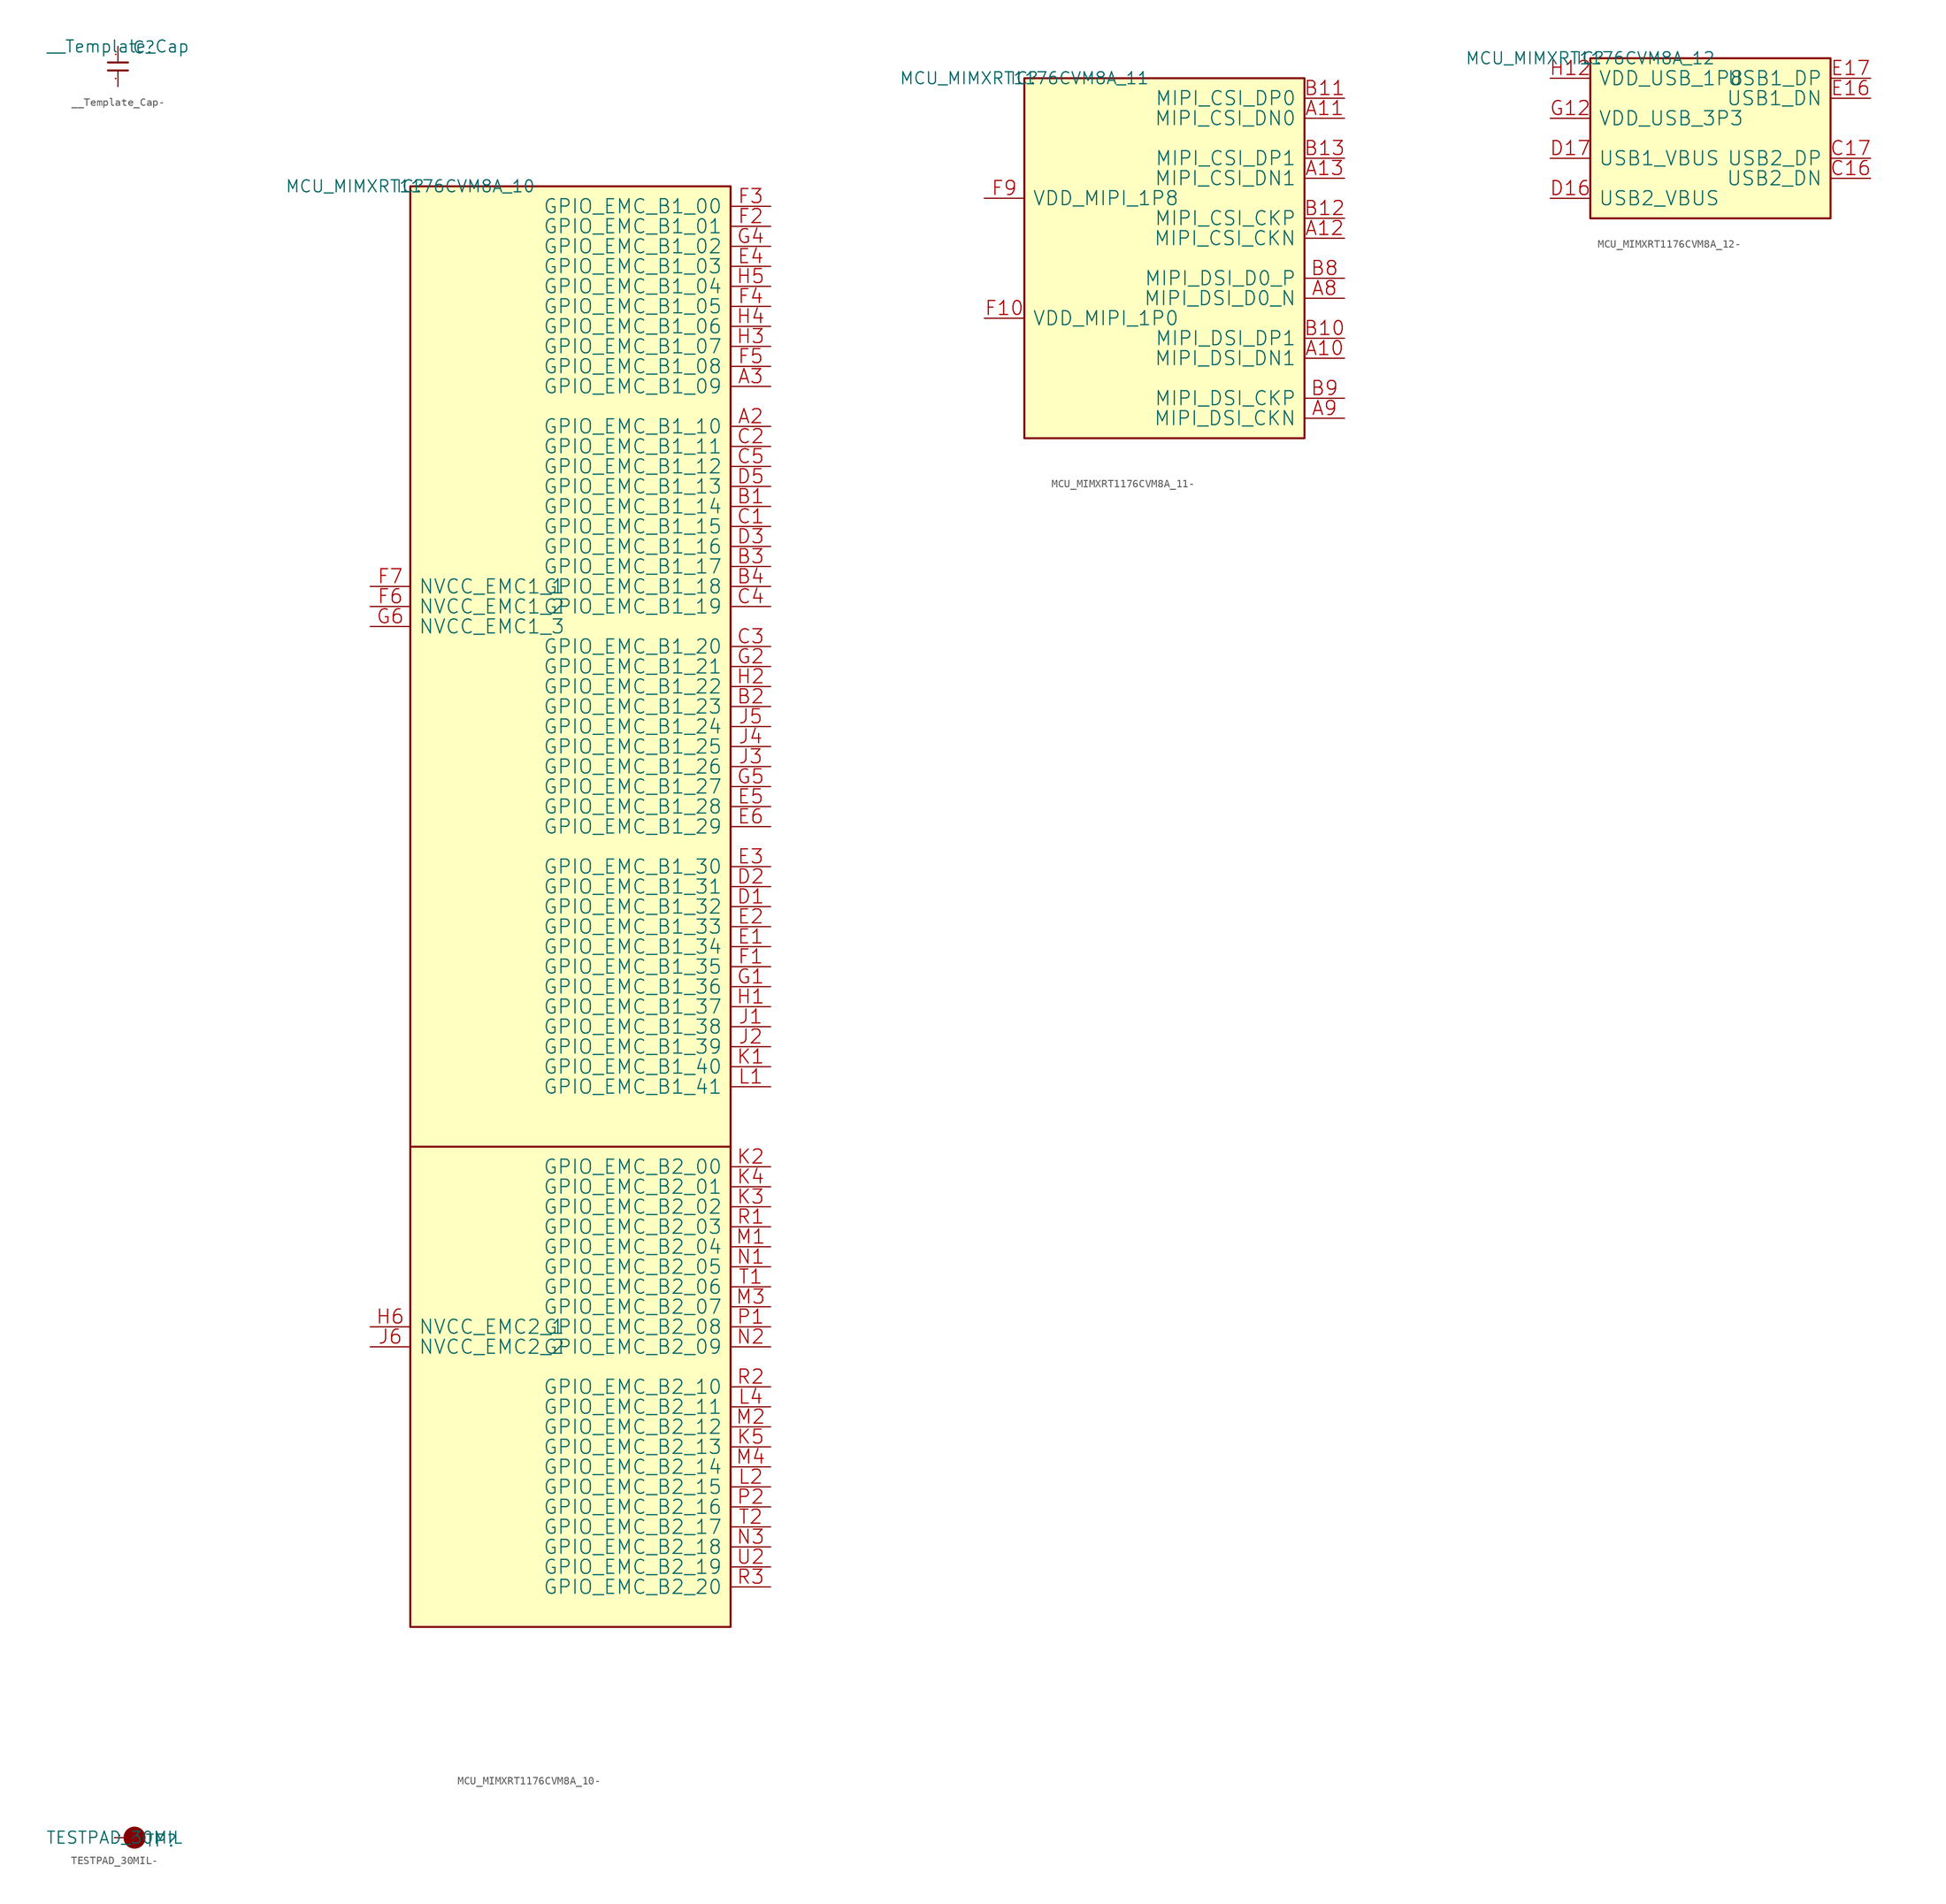
<source format=kicad_sym>
(kicad_symbol_lib
  (version 20220914)
  (generator kicad_symbol_editor)
  (symbol "__Template_Cap-"
    (pin_names
      (offset 1.016))
    (property "Reference" "C"
      (at 1.778 -1.016 0)
      (effects (font (size 1.524 1.524)) (justify left bottom)))
    (property "Value" "__Template_Cap"
      (at 0 0 0)
      (effects (font (size 1.524 1.524))))
    (property "Footprint" ""
      (at 0 0 0)
      (effects (font (size 1.524 1.524))))
    (property "Datasheet" ""
      (at 0 0 0)
      (effects (font (size 1.524 1.524))))
    (symbol "__Template_Cap-_0_1"
      (polyline (pts (xy 1.27 -3.048) (xy -1.27 -3.048)) (stroke (width 0.254) (type solid)) (fill (type none)))
      (polyline (pts (xy 1.27 -2.032) (xy -1.27 -2.032)) (stroke (width 0.254) (type solid)) (fill (type none)))
      (pin passive line (at 0 0 270) (length 2.032) (name "P" (effects (font (size 0.025 0.025)))) (number "1" (effects (font (size 0.025 0.025)))))
      (pin passive line (at 0 -5.08 90) (length 2.032) (name "P" (effects (font (size 0.025 0.025)))) (number "2" (effects (font (size 0.025 0.025)))))))
  (symbol "MCU_MIMXRT1176CVM8A_10-"
    (pin_names
      (offset 1.016))
    (property "Reference" "IC"
      (at 0 0 0)
      (effects (font (size 1.524 1.524))))
    (property "Value" "MCU_MIMXRT1176CVM8A_10"
      (at 0 0 0)
      (effects (font (size 1.524 1.524))))
    (property "Footprint" ""
      (at 0 0 0)
      (effects (font (size 1.524 1.524))))
    (property "Datasheet" ""
      (at 0 0 0)
      (effects (font (size 1.524 1.524))))
    (symbol "MCU_MIMXRT1176CVM8A_10-_0_1"
      (rectangle (start 0 -182.88) (end 40.64 0) (stroke (width 0.254) (type solid)) (fill (type background)))
      (polyline (pts (xy 40.64 -121.92) (xy 0 -121.92)) (stroke (width 0.254) (type solid)) (fill (type none)))
      (pin bidirectional line (at 45.72 -30.48 180) (length 5.08) (name "GPIO_EMC_B1_10" (effects (font (size 1.778 1.778)))) (number "A2" (effects (font (size 1.778 1.778)))))
      (pin bidirectional line (at 45.72 -25.4 180) (length 5.08) (name "GPIO_EMC_B1_09" (effects (font (size 1.778 1.778)))) (number "A3" (effects (font (size 1.778 1.778)))))
      (pin bidirectional line (at 45.72 -40.64 180) (length 5.08) (name "GPIO_EMC_B1_14" (effects (font (size 1.778 1.778)))) (number "B1" (effects (font (size 1.778 1.778)))))
      (pin bidirectional line (at 45.72 -66.04 180) (length 5.08) (name "GPIO_EMC_B1_23" (effects (font (size 1.778 1.778)))) (number "B2" (effects (font (size 1.778 1.778)))))
      (pin bidirectional line (at 45.72 -48.26 180) (length 5.08) (name "GPIO_EMC_B1_17" (effects (font (size 1.778 1.778)))) (number "B3" (effects (font (size 1.778 1.778)))))
      (pin bidirectional line (at 45.72 -50.8 180) (length 5.08) (name "GPIO_EMC_B1_18" (effects (font (size 1.778 1.778)))) (number "B4" (effects (font (size 1.778 1.778)))))
      (pin bidirectional line (at 45.72 -43.18 180) (length 5.08) (name "GPIO_EMC_B1_15" (effects (font (size 1.778 1.778)))) (number "C1" (effects (font (size 1.778 1.778)))))
      (pin bidirectional line (at 45.72 -33.02 180) (length 5.08) (name "GPIO_EMC_B1_11" (effects (font (size 1.778 1.778)))) (number "C2" (effects (font (size 1.778 1.778)))))
      (pin bidirectional line (at 45.72 -58.42 180) (length 5.08) (name "GPIO_EMC_B1_20" (effects (font (size 1.778 1.778)))) (number "C3" (effects (font (size 1.778 1.778)))))
      (pin bidirectional line (at 45.72 -53.34 180) (length 5.08) (name "GPIO_EMC_B1_19" (effects (font (size 1.778 1.778)))) (number "C4" (effects (font (size 1.778 1.778)))))
      (pin bidirectional line (at 45.72 -35.56 180) (length 5.08) (name "GPIO_EMC_B1_12" (effects (font (size 1.778 1.778)))) (number "C5" (effects (font (size 1.778 1.778)))))
      (pin bidirectional line (at 45.72 -91.44 180) (length 5.08) (name "GPIO_EMC_B1_32" (effects (font (size 1.778 1.778)))) (number "D1" (effects (font (size 1.778 1.778)))))
      (pin bidirectional line (at 45.72 -88.9 180) (length 5.08) (name "GPIO_EMC_B1_31" (effects (font (size 1.778 1.778)))) (number "D2" (effects (font (size 1.778 1.778)))))
      (pin bidirectional line (at 45.72 -45.72 180) (length 5.08) (name "GPIO_EMC_B1_16" (effects (font (size 1.778 1.778)))) (number "D3" (effects (font (size 1.778 1.778)))))
      (pin bidirectional line (at 45.72 -38.1 180) (length 5.08) (name "GPIO_EMC_B1_13" (effects (font (size 1.778 1.778)))) (number "D5" (effects (font (size 1.778 1.778)))))
      (pin bidirectional line (at 45.72 -96.52 180) (length 5.08) (name "GPIO_EMC_B1_34" (effects (font (size 1.778 1.778)))) (number "E1" (effects (font (size 1.778 1.778)))))
      (pin bidirectional line (at 45.72 -93.98 180) (length 5.08) (name "GPIO_EMC_B1_33" (effects (font (size 1.778 1.778)))) (number "E2" (effects (font (size 1.778 1.778)))))
      (pin bidirectional line (at 45.72 -86.36 180) (length 5.08) (name "GPIO_EMC_B1_30" (effects (font (size 1.778 1.778)))) (number "E3" (effects (font (size 1.778 1.778)))))
      (pin bidirectional line (at 45.72 -10.16 180) (length 5.08) (name "GPIO_EMC_B1_03" (effects (font (size 1.778 1.778)))) (number "E4" (effects (font (size 1.778 1.778)))))
      (pin bidirectional line (at 45.72 -78.74 180) (length 5.08) (name "GPIO_EMC_B1_28" (effects (font (size 1.778 1.778)))) (number "E5" (effects (font (size 1.778 1.778)))))
      (pin bidirectional line (at 45.72 -81.28 180) (length 5.08) (name "GPIO_EMC_B1_29" (effects (font (size 1.778 1.778)))) (number "E6" (effects (font (size 1.778 1.778)))))
      (pin bidirectional line (at 45.72 -99.06 180) (length 5.08) (name "GPIO_EMC_B1_35" (effects (font (size 1.778 1.778)))) (number "F1" (effects (font (size 1.778 1.778)))))
      (pin bidirectional line (at 45.72 -5.08 180) (length 5.08) (name "GPIO_EMC_B1_01" (effects (font (size 1.778 1.778)))) (number "F2" (effects (font (size 1.778 1.778)))))
      (pin bidirectional line (at 45.72 -2.54 180) (length 5.08) (name "GPIO_EMC_B1_00" (effects (font (size 1.778 1.778)))) (number "F3" (effects (font (size 1.778 1.778)))))
      (pin bidirectional line (at 45.72 -15.24 180) (length 5.08) (name "GPIO_EMC_B1_05" (effects (font (size 1.778 1.778)))) (number "F4" (effects (font (size 1.778 1.778)))))
      (pin bidirectional line (at 45.72 -22.86 180) (length 5.08) (name "GPIO_EMC_B1_08" (effects (font (size 1.778 1.778)))) (number "F5" (effects (font (size 1.778 1.778)))))
      (pin power_in line (at -5.08 -53.34 0) (length 5.08) (name "NVCC_EMC1_2" (effects (font (size 1.778 1.778)))) (number "F6" (effects (font (size 1.778 1.778)))))
      (pin power_in line (at -5.08 -50.8 0) (length 5.08) (name "NVCC_EMC1_1" (effects (font (size 1.778 1.778)))) (number "F7" (effects (font (size 1.778 1.778)))))
      (pin bidirectional line (at 45.72 -101.6 180) (length 5.08) (name "GPIO_EMC_B1_36" (effects (font (size 1.778 1.778)))) (number "G1" (effects (font (size 1.778 1.778)))))
      (pin bidirectional line (at 45.72 -60.96 180) (length 5.08) (name "GPIO_EMC_B1_21" (effects (font (size 1.778 1.778)))) (number "G2" (effects (font (size 1.778 1.778)))))
      (pin bidirectional line (at 45.72 -7.62 180) (length 5.08) (name "GPIO_EMC_B1_02" (effects (font (size 1.778 1.778)))) (number "G4" (effects (font (size 1.778 1.778)))))
      (pin bidirectional line (at 45.72 -76.2 180) (length 5.08) (name "GPIO_EMC_B1_27" (effects (font (size 1.778 1.778)))) (number "G5" (effects (font (size 1.778 1.778)))))
      (pin power_in line (at -5.08 -55.88 0) (length 5.08) (name "NVCC_EMC1_3" (effects (font (size 1.778 1.778)))) (number "G6" (effects (font (size 1.778 1.778)))))
      (pin bidirectional line (at 45.72 -104.14 180) (length 5.08) (name "GPIO_EMC_B1_37" (effects (font (size 1.778 1.778)))) (number "H1" (effects (font (size 1.778 1.778)))))
      (pin bidirectional line (at 45.72 -63.5 180) (length 5.08) (name "GPIO_EMC_B1_22" (effects (font (size 1.778 1.778)))) (number "H2" (effects (font (size 1.778 1.778)))))
      (pin bidirectional line (at 45.72 -20.32 180) (length 5.08) (name "GPIO_EMC_B1_07" (effects (font (size 1.778 1.778)))) (number "H3" (effects (font (size 1.778 1.778)))))
      (pin bidirectional line (at 45.72 -17.78 180) (length 5.08) (name "GPIO_EMC_B1_06" (effects (font (size 1.778 1.778)))) (number "H4" (effects (font (size 1.778 1.778)))))
      (pin bidirectional line (at 45.72 -12.7 180) (length 5.08) (name "GPIO_EMC_B1_04" (effects (font (size 1.778 1.778)))) (number "H5" (effects (font (size 1.778 1.778)))))
      (pin power_in line (at -5.08 -144.78 0) (length 5.08) (name "NVCC_EMC2_1" (effects (font (size 1.778 1.778)))) (number "H6" (effects (font (size 1.778 1.778)))))
      (pin bidirectional line (at 45.72 -106.68 180) (length 5.08) (name "GPIO_EMC_B1_38" (effects (font (size 1.778 1.778)))) (number "J1" (effects (font (size 1.778 1.778)))))
      (pin bidirectional line (at 45.72 -109.22 180) (length 5.08) (name "GPIO_EMC_B1_39" (effects (font (size 1.778 1.778)))) (number "J2" (effects (font (size 1.778 1.778)))))
      (pin bidirectional line (at 45.72 -73.66 180) (length 5.08) (name "GPIO_EMC_B1_26" (effects (font (size 1.778 1.778)))) (number "J3" (effects (font (size 1.778 1.778)))))
      (pin bidirectional line (at 45.72 -71.12 180) (length 5.08) (name "GPIO_EMC_B1_25" (effects (font (size 1.778 1.778)))) (number "J4" (effects (font (size 1.778 1.778)))))
      (pin bidirectional line (at 45.72 -68.58 180) (length 5.08) (name "GPIO_EMC_B1_24" (effects (font (size 1.778 1.778)))) (number "J5" (effects (font (size 1.778 1.778)))))
      (pin power_in line (at -5.08 -147.32 0) (length 5.08) (name "NVCC_EMC2_2" (effects (font (size 1.778 1.778)))) (number "J6" (effects (font (size 1.778 1.778)))))
      (pin bidirectional line (at 45.72 -111.76 180) (length 5.08) (name "GPIO_EMC_B1_40" (effects (font (size 1.778 1.778)))) (number "K1" (effects (font (size 1.778 1.778)))))
      (pin bidirectional line (at 45.72 -124.46 180) (length 5.08) (name "GPIO_EMC_B2_00" (effects (font (size 1.778 1.778)))) (number "K2" (effects (font (size 1.778 1.778)))))
      (pin bidirectional line (at 45.72 -129.54 180) (length 5.08) (name "GPIO_EMC_B2_02" (effects (font (size 1.778 1.778)))) (number "K3" (effects (font (size 1.778 1.778)))))
      (pin bidirectional line (at 45.72 -127 180) (length 5.08) (name "GPIO_EMC_B2_01" (effects (font (size 1.778 1.778)))) (number "K4" (effects (font (size 1.778 1.778)))))
      (pin bidirectional line (at 45.72 -160.02 180) (length 5.08) (name "GPIO_EMC_B2_13" (effects (font (size 1.778 1.778)))) (number "K5" (effects (font (size 1.778 1.778)))))
      (pin bidirectional line (at 45.72 -114.3 180) (length 5.08) (name "GPIO_EMC_B1_41" (effects (font (size 1.778 1.778)))) (number "L1" (effects (font (size 1.778 1.778)))))
      (pin bidirectional line (at 45.72 -165.1 180) (length 5.08) (name "GPIO_EMC_B2_15" (effects (font (size 1.778 1.778)))) (number "L2" (effects (font (size 1.778 1.778)))))
      (pin bidirectional line (at 45.72 -154.94 180) (length 5.08) (name "GPIO_EMC_B2_11" (effects (font (size 1.778 1.778)))) (number "L4" (effects (font (size 1.778 1.778)))))
      (pin bidirectional line (at 45.72 -134.62 180) (length 5.08) (name "GPIO_EMC_B2_04" (effects (font (size 1.778 1.778)))) (number "M1" (effects (font (size 1.778 1.778)))))
      (pin bidirectional line (at 45.72 -157.48 180) (length 5.08) (name "GPIO_EMC_B2_12" (effects (font (size 1.778 1.778)))) (number "M2" (effects (font (size 1.778 1.778)))))
      (pin bidirectional line (at 45.72 -142.24 180) (length 5.08) (name "GPIO_EMC_B2_07" (effects (font (size 1.778 1.778)))) (number "M3" (effects (font (size 1.778 1.778)))))
      (pin bidirectional line (at 45.72 -162.56 180) (length 5.08) (name "GPIO_EMC_B2_14" (effects (font (size 1.778 1.778)))) (number "M4" (effects (font (size 1.778 1.778)))))
      (pin bidirectional line (at 45.72 -137.16 180) (length 5.08) (name "GPIO_EMC_B2_05" (effects (font (size 1.778 1.778)))) (number "N1" (effects (font (size 1.778 1.778)))))
      (pin bidirectional line (at 45.72 -147.32 180) (length 5.08) (name "GPIO_EMC_B2_09" (effects (font (size 1.778 1.778)))) (number "N2" (effects (font (size 1.778 1.778)))))
      (pin bidirectional line (at 45.72 -172.72 180) (length 5.08) (name "GPIO_EMC_B2_18" (effects (font (size 1.778 1.778)))) (number "N3" (effects (font (size 1.778 1.778)))))
      (pin bidirectional line (at 45.72 -144.78 180) (length 5.08) (name "GPIO_EMC_B2_08" (effects (font (size 1.778 1.778)))) (number "P1" (effects (font (size 1.778 1.778)))))
      (pin bidirectional line (at 45.72 -167.64 180) (length 5.08) (name "GPIO_EMC_B2_16" (effects (font (size 1.778 1.778)))) (number "P2" (effects (font (size 1.778 1.778)))))
      (pin bidirectional line (at 45.72 -132.08 180) (length 5.08) (name "GPIO_EMC_B2_03" (effects (font (size 1.778 1.778)))) (number "R1" (effects (font (size 1.778 1.778)))))
      (pin bidirectional line (at 45.72 -152.4 180) (length 5.08) (name "GPIO_EMC_B2_10" (effects (font (size 1.778 1.778)))) (number "R2" (effects (font (size 1.778 1.778)))))
      (pin bidirectional line (at 45.72 -177.8 180) (length 5.08) (name "GPIO_EMC_B2_20" (effects (font (size 1.778 1.778)))) (number "R3" (effects (font (size 1.778 1.778)))))
      (pin bidirectional line (at 45.72 -139.7 180) (length 5.08) (name "GPIO_EMC_B2_06" (effects (font (size 1.778 1.778)))) (number "T1" (effects (font (size 1.778 1.778)))))
      (pin bidirectional line (at 45.72 -170.18 180) (length 5.08) (name "GPIO_EMC_B2_17" (effects (font (size 1.778 1.778)))) (number "T2" (effects (font (size 1.778 1.778)))))
      (pin bidirectional line (at 45.72 -175.26 180) (length 5.08) (name "GPIO_EMC_B2_19" (effects (font (size 1.778 1.778)))) (number "U2" (effects (font (size 1.778 1.778)))))))
  (symbol "MCU_MIMXRT1176CVM8A_11-"
    (pin_names
      (offset 1.016))
    (property "Reference" "IC"
      (at 0 0 0)
      (effects (font (size 1.524 1.524))))
    (property "Value" "MCU_MIMXRT1176CVM8A_11"
      (at 0 0 0)
      (effects (font (size 1.524 1.524))))
    (property "Footprint" ""
      (at 0 0 0)
      (effects (font (size 1.524 1.524))))
    (property "Datasheet" ""
      (at 0 0 0)
      (effects (font (size 1.524 1.524))))
    (symbol "MCU_MIMXRT1176CVM8A_11-_0_1"
      (rectangle (start 0 -45.72) (end 35.56 0) (stroke (width 0.254) (type solid)) (fill (type background)))
      (pin passive line (at 40.64 -35.56 180) (length 5.08) (name "MIPI_DSI_DN1" (effects (font (size 1.778 1.778)))) (number "A10" (effects (font (size 1.778 1.778)))))
      (pin input line (at 40.64 -5.08 180) (length 5.08) (name "MIPI_CSI_DN0" (effects (font (size 1.778 1.778)))) (number "A11" (effects (font (size 1.778 1.778)))))
      (pin passive line (at 40.64 -20.32 180) (length 5.08) (name "MIPI_CSI_CKN" (effects (font (size 1.778 1.778)))) (number "A12" (effects (font (size 1.778 1.778)))))
      (pin input line (at 40.64 -12.7 180) (length 5.08) (name "MIPI_CSI_DN1" (effects (font (size 1.778 1.778)))) (number "A13" (effects (font (size 1.778 1.778)))))
      (pin passive line (at 40.64 -27.94 180) (length 5.08) (name "MIPI_DSI_D0_N" (effects (font (size 1.778 1.778)))) (number "A8" (effects (font (size 1.778 1.778)))))
      (pin passive line (at 40.64 -43.18 180) (length 5.08) (name "MIPI_DSI_CKN" (effects (font (size 1.778 1.778)))) (number "A9" (effects (font (size 1.778 1.778)))))
      (pin passive line (at 40.64 -33.02 180) (length 5.08) (name "MIPI_DSI_DP1" (effects (font (size 1.778 1.778)))) (number "B10" (effects (font (size 1.778 1.778)))))
      (pin input line (at 40.64 -2.54 180) (length 5.08) (name "MIPI_CSI_DP0" (effects (font (size 1.778 1.778)))) (number "B11" (effects (font (size 1.778 1.778)))))
      (pin passive line (at 40.64 -17.78 180) (length 5.08) (name "MIPI_CSI_CKP" (effects (font (size 1.778 1.778)))) (number "B12" (effects (font (size 1.778 1.778)))))
      (pin input line (at 40.64 -10.16 180) (length 5.08) (name "MIPI_CSI_DP1" (effects (font (size 1.778 1.778)))) (number "B13" (effects (font (size 1.778 1.778)))))
      (pin passive line (at 40.64 -25.4 180) (length 5.08) (name "MIPI_DSI_D0_P" (effects (font (size 1.778 1.778)))) (number "B8" (effects (font (size 1.778 1.778)))))
      (pin passive line (at 40.64 -40.64 180) (length 5.08) (name "MIPI_DSI_CKP" (effects (font (size 1.778 1.778)))) (number "B9" (effects (font (size 1.778 1.778)))))
      (pin power_in line (at -5.08 -30.48 0) (length 5.08) (name "VDD_MIPI_1P0" (effects (font (size 1.778 1.778)))) (number "F10" (effects (font (size 1.778 1.778)))))
      (pin power_in line (at -5.08 -15.24 0) (length 5.08) (name "VDD_MIPI_1P8" (effects (font (size 1.778 1.778)))) (number "F9" (effects (font (size 1.778 1.778)))))))
  (symbol "MCU_MIMXRT1176CVM8A_12-"
    (pin_names
      (offset 1.016))
    (property "Reference" "IC"
      (at 0 0 0)
      (effects (font (size 1.524 1.524))))
    (property "Value" "MCU_MIMXRT1176CVM8A_12"
      (at 0 0 0)
      (effects (font (size 1.524 1.524))))
    (property "Footprint" ""
      (at 0 0 0)
      (effects (font (size 1.524 1.524))))
    (property "Datasheet" ""
      (at 0 0 0)
      (effects (font (size 1.524 1.524))))
    (symbol "MCU_MIMXRT1176CVM8A_12-_0_1"
      (rectangle (start 0 -20.32) (end 30.48 0) (stroke (width 0.254) (type solid)) (fill (type background)))
      (pin passive line (at 35.56 -15.24 180) (length 5.08) (name "USB2_DN" (effects (font (size 1.778 1.778)))) (number "C16" (effects (font (size 1.778 1.778)))))
      (pin passive line (at 35.56 -12.7 180) (length 5.08) (name "USB2_DP" (effects (font (size 1.778 1.778)))) (number "C17" (effects (font (size 1.778 1.778)))))
      (pin passive line (at -5.08 -17.78 0) (length 5.08) (name "USB2_VBUS" (effects (font (size 1.778 1.778)))) (number "D16" (effects (font (size 1.778 1.778)))))
      (pin passive line (at -5.08 -12.7 0) (length 5.08) (name "USB1_VBUS" (effects (font (size 1.778 1.778)))) (number "D17" (effects (font (size 1.778 1.778)))))
      (pin passive line (at 35.56 -5.08 180) (length 5.08) (name "USB1_DN" (effects (font (size 1.778 1.778)))) (number "E16" (effects (font (size 1.778 1.778)))))
      (pin passive line (at 35.56 -2.54 180) (length 5.08) (name "USB1_DP" (effects (font (size 1.778 1.778)))) (number "E17" (effects (font (size 1.778 1.778)))))
      (pin power_in line (at -5.08 -7.62 0) (length 5.08) (name "VDD_USB_3P3" (effects (font (size 1.778 1.778)))) (number "G12" (effects (font (size 1.778 1.778)))))
      (pin power_in line (at -5.08 -2.54 0) (length 5.08) (name "VDD_USB_1P8" (effects (font (size 1.778 1.778)))) (number "H12" (effects (font (size 1.778 1.778)))))))
  (symbol "TESTPAD_30MIL-"
    (pin_names
      (offset 1.016))
    (property "Reference" "TP"
      (at 3.81 -1.27 0)
      (effects (font (size 1.524 1.524)) (justify left bottom)))
    (property "Value" "TESTPAD_30MIL"
      (at 0 0 0)
      (effects (font (size 1.524 1.524))))
    (property "Footprint" ""
      (at 0 0 0)
      (effects (font (size 1.524 1.524))))
    (property "Datasheet" ""
      (at 0 0 0)
      (effects (font (size 1.524 1.524))))
    (symbol "TESTPAD_30MIL-_0_1"
      (circle (center 2.54 0) (radius 1.27) (stroke (width 0.254) (type solid)) (fill (type outline)))
      (pin passive line (at 0 0 0) (length 1.27) (name "P" (effects (font (size 0.025 0.025)))) (number "1" (effects (font (size 0.025 0.025))))))))
</source>
